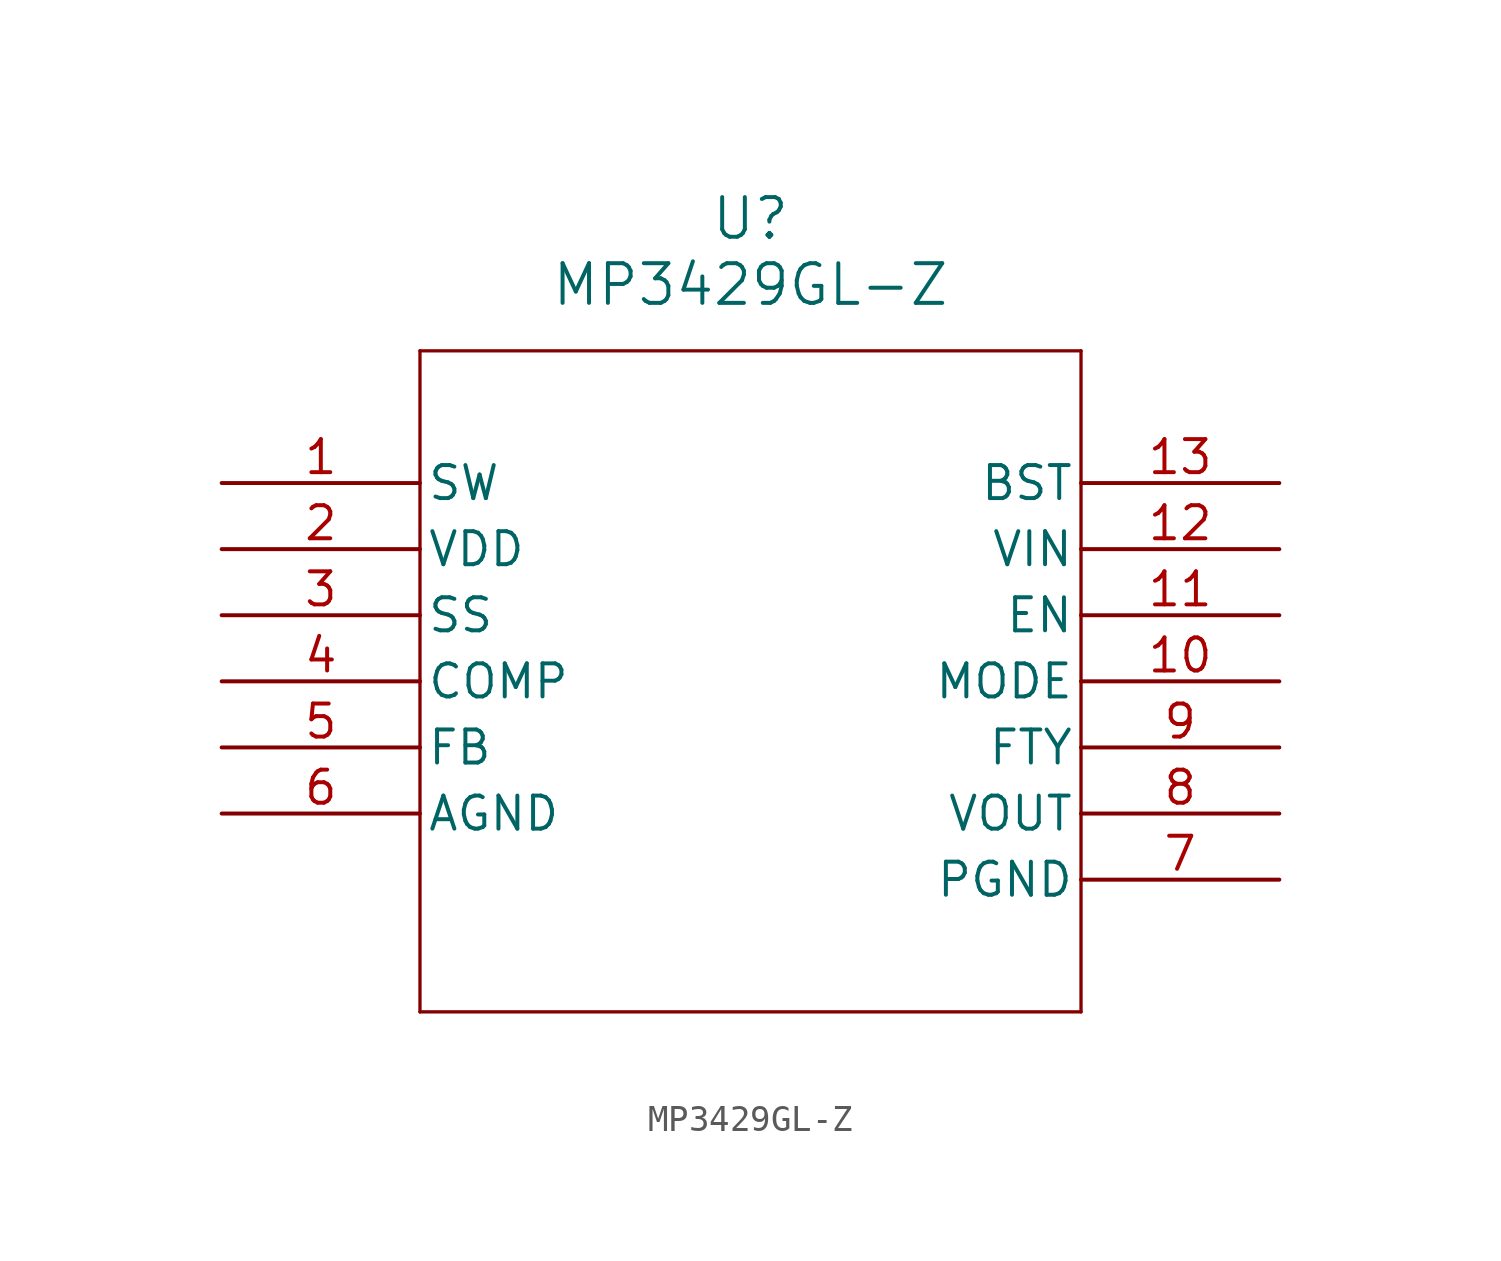
<source format=kicad_sym>
(kicad_symbol_lib
  (version 20241209)
  (generator "kicad_symbol_editor")
  (generator_version "9.0")
  (symbol "MP3429GL-Z"
    (pin_names
      (offset 0.254))
    (property "Reference" "U"
      (at 20.32 10.16 0)
      (effects (font (size 1.524 1.524))))
    (property "Value" "MP3429GL-Z"
      (at 20.32 7.62 0)
      (effects (font (size 1.524 1.524))))
    (property "ki_locked" ""
      (at 0 0 0)
      (effects (font (size 1.27 1.27))))
    (symbol "MP3429GL-Z_0_1"
      (polyline (pts (xy 7.62 5.08) (xy 7.62 -20.32)) (stroke (width 0.127) (type default)) (fill (type color) (color 0 0 0 0)))
      (polyline (pts (xy 7.62 -20.32) (xy 33.02 -20.32)) (stroke (width 0.127) (type default)) (fill (type none)))
      (polyline (pts (xy 33.02 5.08) (xy 7.62 5.08)) (stroke (width 0.127) (type default)) (fill (type none)))
      (polyline (pts (xy 33.02 -20.32) (xy 33.02 5.08)) (stroke (width 0.127) (type default)) (fill (type none)))
      (pin unspecified line (at 0 0 0) (length 7.62) (name "SW" (effects (font (size 1.27 1.27)))) (number "1" (effects (font (size 1.27 1.27)))))
      (pin power_in line (at 0 -2.54 0) (length 7.62) (name "VDD" (effects (font (size 1.27 1.27)))) (number "2" (effects (font (size 1.27 1.27)))))
      (pin unspecified line (at 0 -5.08 0) (length 7.62) (name "SS" (effects (font (size 1.27 1.27)))) (number "3" (effects (font (size 1.27 1.27)))))
      (pin output line (at 0 -7.62 0) (length 7.62) (name "COMP" (effects (font (size 1.27 1.27)))) (number "4" (effects (font (size 1.27 1.27)))))
      (pin input line (at 0 -10.16 0) (length 7.62) (name "FB" (effects (font (size 1.27 1.27)))) (number "5" (effects (font (size 1.27 1.27)))))
      (pin power_out line (at 0 -12.7 0) (length 7.62) (name "AGND" (effects (font (size 1.27 1.27)))) (number "6" (effects (font (size 1.27 1.27)))))
      (pin unspecified line (at 40.64 0 180) (length 7.62) (name "BST" (effects (font (size 1.27 1.27)))) (number "13" (effects (font (size 1.27 1.27)))))
      (pin power_in line (at 40.64 -2.54 180) (length 7.62) (name "VIN" (effects (font (size 1.27 1.27)))) (number "12" (effects (font (size 1.27 1.27)))))
      (pin unspecified line (at 40.64 -5.08 180) (length 7.62) (name "EN" (effects (font (size 1.27 1.27)))) (number "11" (effects (font (size 1.27 1.27)))))
      (pin unspecified line (at 40.64 -7.62 180) (length 7.62) (name "MODE" (effects (font (size 1.27 1.27)))) (number "10" (effects (font (size 1.27 1.27)))))
      (pin unspecified line (at 40.64 -10.16 180) (length 7.62) (name "FTY" (effects (font (size 1.27 1.27)))) (number "9" (effects (font (size 1.27 1.27)))))
      (pin output line (at 40.64 -12.7 180) (length 7.62) (name "VOUT" (effects (font (size 1.27 1.27)))) (number "8" (effects (font (size 1.27 1.27)))))
      (pin power_out line (at 40.64 -15.24 180) (length 7.62) (name "PGND" (effects (font (size 1.27 1.27)))) (number "7" (effects (font (size 1.27 1.27))))))))
</source>
